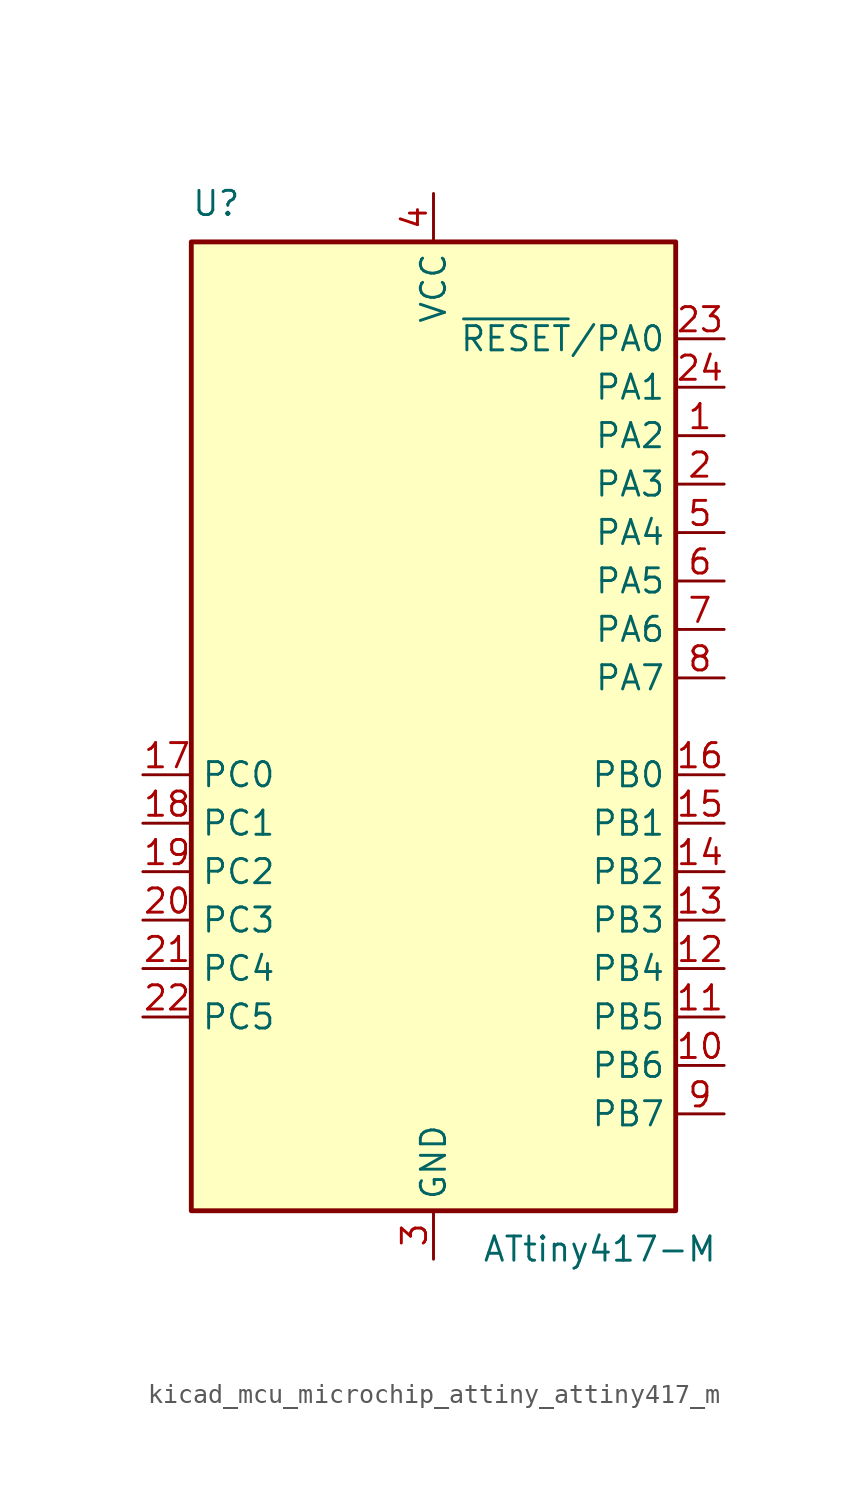
<source format=kicad_sym>
(kicad_symbol_lib
  (version 20220914)
  (generator kicad_symbol_editor)
  (symbol "kicad_mcu_microchip_attiny_attiny417_m"
    (property "Reference" "U"
      (at -12.7 26.67 0)
      (effects (font (size 1.27 1.27)) (justify left bottom)))
    (property "Value" "ATtiny417-M"
      (at 2.54 -26.67 0)
      (effects (font (size 1.27 1.27)) (justify left top)))
    (symbol "kicad_mcu_microchip_attiny_attiny417_m_0_1"
      (rectangle (start -12.7 -25.4) (end 12.7 25.4) (stroke (width 0.254) (type default)) (fill (type background))))
    (symbol "kicad_mcu_microchip_attiny_attiny417_m_1_1"
      (pin bidirectional line (at 15.24 15.24 180) (length 2.54) (name "PA2" (effects (font (size 1.27 1.27)))) (number "1" (effects (font (size 1.27 1.27)))))
      (pin bidirectional line (at 15.24 -17.78 180) (length 2.54) (name "PB6" (effects (font (size 1.27 1.27)))) (number "10" (effects (font (size 1.27 1.27)))))
      (pin bidirectional line (at 15.24 -15.24 180) (length 2.54) (name "PB5" (effects (font (size 1.27 1.27)))) (number "11" (effects (font (size 1.27 1.27)))))
      (pin bidirectional line (at 15.24 -12.7 180) (length 2.54) (name "PB4" (effects (font (size 1.27 1.27)))) (number "12" (effects (font (size 1.27 1.27)))))
      (pin bidirectional line (at 15.24 -10.16 180) (length 2.54) (name "PB3" (effects (font (size 1.27 1.27)))) (number "13" (effects (font (size 1.27 1.27)))))
      (pin bidirectional line (at 15.24 -7.62 180) (length 2.54) (name "PB2" (effects (font (size 1.27 1.27)))) (number "14" (effects (font (size 1.27 1.27)))))
      (pin bidirectional line (at 15.24 -5.08 180) (length 2.54) (name "PB1" (effects (font (size 1.27 1.27)))) (number "15" (effects (font (size 1.27 1.27)))))
      (pin bidirectional line (at 15.24 -2.54 180) (length 2.54) (name "PB0" (effects (font (size 1.27 1.27)))) (number "16" (effects (font (size 1.27 1.27)))))
      (pin bidirectional line (at -15.24 -2.54 0) (length 2.54) (name "PC0" (effects (font (size 1.27 1.27)))) (number "17" (effects (font (size 1.27 1.27)))))
      (pin bidirectional line (at -15.24 -5.08 0) (length 2.54) (name "PC1" (effects (font (size 1.27 1.27)))) (number "18" (effects (font (size 1.27 1.27)))))
      (pin bidirectional line (at -15.24 -7.62 0) (length 2.54) (name "PC2" (effects (font (size 1.27 1.27)))) (number "19" (effects (font (size 1.27 1.27)))))
      (pin bidirectional line (at 15.24 12.7 180) (length 2.54) (name "PA3" (effects (font (size 1.27 1.27)))) (number "2" (effects (font (size 1.27 1.27)))))
      (pin bidirectional line (at -15.24 -10.16 0) (length 2.54) (name "PC3" (effects (font (size 1.27 1.27)))) (number "20" (effects (font (size 1.27 1.27)))))
      (pin bidirectional line (at -15.24 -12.7 0) (length 2.54) (name "PC4" (effects (font (size 1.27 1.27)))) (number "21" (effects (font (size 1.27 1.27)))))
      (pin bidirectional line (at -15.24 -15.24 0) (length 2.54) (name "PC5" (effects (font (size 1.27 1.27)))) (number "22" (effects (font (size 1.27 1.27)))))
      (pin bidirectional line (at 15.24 20.32 180) (length 2.54) (name "~{RESET}/PA0" (effects (font (size 1.27 1.27)))) (number "23" (effects (font (size 1.27 1.27)))))
      (pin bidirectional line (at 15.24 17.78 180) (length 2.54) (name "PA1" (effects (font (size 1.27 1.27)))) (number "24" (effects (font (size 1.27 1.27)))))
      (pin passive line (at 0 -27.94 90) (length 2.54) hide (name "GND" (effects (font (size 1.27 1.27)))) (number "25" (effects (font (size 1.27 1.27)))))
      (pin power_in line (at 0 -27.94 90) (length 2.54) (name "GND" (effects (font (size 1.27 1.27)))) (number "3" (effects (font (size 1.27 1.27)))))
      (pin power_in line (at 0 27.94 270) (length 2.54) (name "VCC" (effects (font (size 1.27 1.27)))) (number "4" (effects (font (size 1.27 1.27)))))
      (pin bidirectional line (at 15.24 10.16 180) (length 2.54) (name "PA4" (effects (font (size 1.27 1.27)))) (number "5" (effects (font (size 1.27 1.27)))))
      (pin bidirectional line (at 15.24 7.62 180) (length 2.54) (name "PA5" (effects (font (size 1.27 1.27)))) (number "6" (effects (font (size 1.27 1.27)))))
      (pin bidirectional line (at 15.24 5.08 180) (length 2.54) (name "PA6" (effects (font (size 1.27 1.27)))) (number "7" (effects (font (size 1.27 1.27)))))
      (pin bidirectional line (at 15.24 2.54 180) (length 2.54) (name "PA7" (effects (font (size 1.27 1.27)))) (number "8" (effects (font (size 1.27 1.27)))))
      (pin bidirectional line (at 15.24 -20.32 180) (length 2.54) (name "PB7" (effects (font (size 1.27 1.27)))) (number "9" (effects (font (size 1.27 1.27))))))))
</source>
